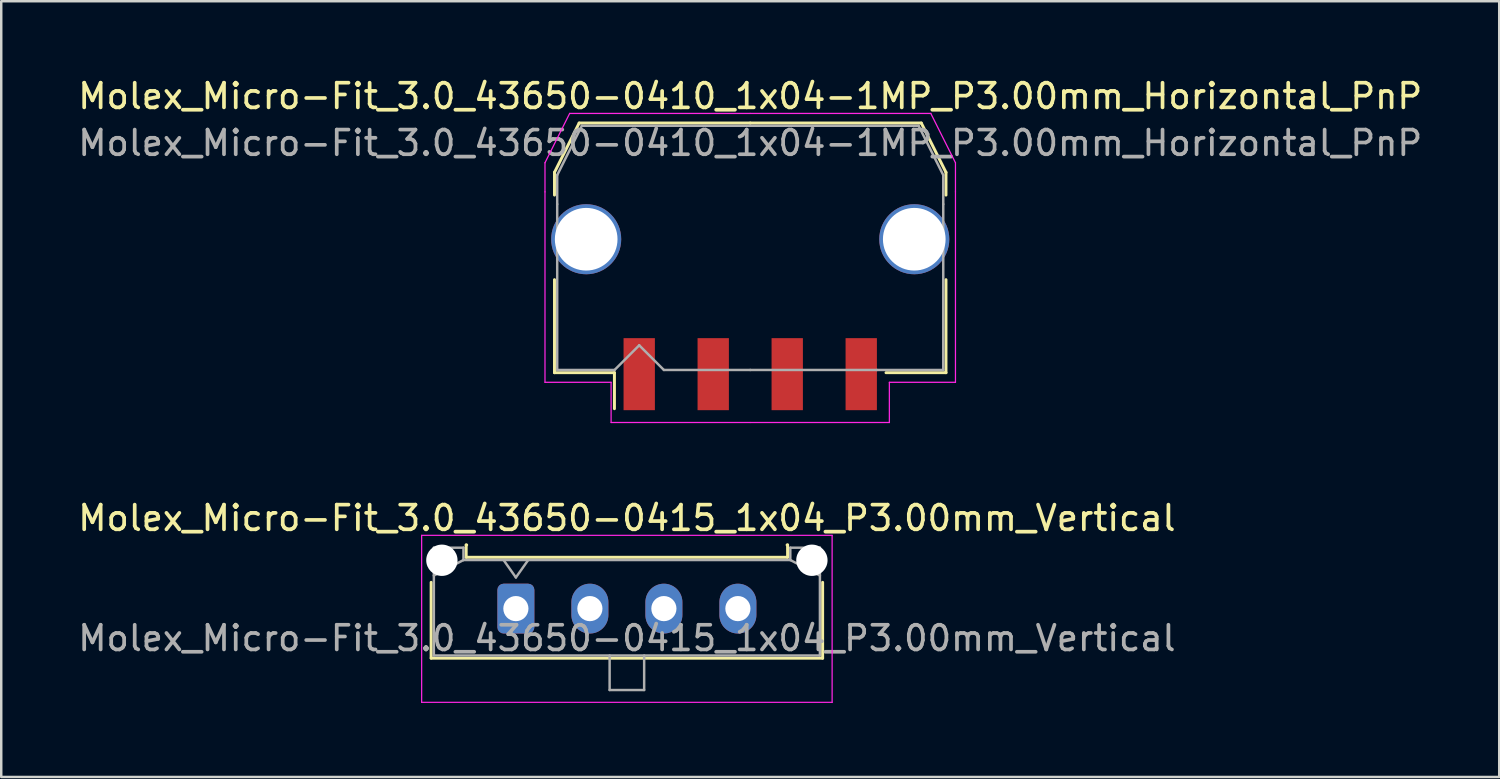
<source format=kicad_pcb>
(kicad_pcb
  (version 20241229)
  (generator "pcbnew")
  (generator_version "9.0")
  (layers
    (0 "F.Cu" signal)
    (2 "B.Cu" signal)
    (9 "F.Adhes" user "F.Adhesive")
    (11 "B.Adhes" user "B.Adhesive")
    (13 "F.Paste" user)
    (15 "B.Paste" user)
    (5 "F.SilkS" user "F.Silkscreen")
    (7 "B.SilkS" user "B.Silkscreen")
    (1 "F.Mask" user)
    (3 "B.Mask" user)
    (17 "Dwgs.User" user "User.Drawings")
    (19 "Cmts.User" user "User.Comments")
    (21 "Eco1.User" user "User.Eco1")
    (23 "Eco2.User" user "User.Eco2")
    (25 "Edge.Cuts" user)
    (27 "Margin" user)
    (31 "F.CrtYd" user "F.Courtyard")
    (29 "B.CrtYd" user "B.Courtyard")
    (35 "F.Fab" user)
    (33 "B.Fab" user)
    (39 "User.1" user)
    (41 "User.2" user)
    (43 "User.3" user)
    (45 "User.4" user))
  (footprint "Molex_Micro-Fit_3.0_43650-0410_1x04-1MP_P3.00mm_Horizontal_PnP"
    (layer "F.Cu")
    (at 27.363 6.998)
    (property "Reference" "Molex_Micro-Fit_3.0_43650-0410_1x04-1MP_P3.00mm_Horizontal_PnP" (at 0 -6.15 0) (layer "F.SilkS") (effects (font (size 1 1) (thickness 0.15))))
    (attr smd)
    (fp_line (start -7.935 -3.06) (end -7.935 -2.14) (stroke (width 0.12) (type solid)) (layer "F.SilkS"))
    (fp_line (start -7.935 1.29) (end -7.935 5.06) (stroke (width 0.12) (type solid)) (layer "F.SilkS"))
    (fp_line (start -7.935 5.06) (end -5.505 5.06) (stroke (width 0.12) (type solid)) (layer "F.SilkS"))
    (fp_line (start -6.935 -5.06) (end -7.935 -3.06) (stroke (width 0.12) (type solid)) (layer "F.SilkS"))
    (fp_line (start -5.505 5.06) (end -5.505 6.52) (stroke (width 0.12) (type solid)) (layer "F.SilkS"))
    (fp_line (start 0 -5.06) (end -6.935 -5.06) (stroke (width 0.12) (type solid)) (layer "F.SilkS"))
    (fp_line (start 0 -5.06) (end 6.935 -5.06) (stroke (width 0.12) (type solid)) (layer "F.SilkS"))
    (fp_line (start 6.935 -5.06) (end 7.935 -3.06) (stroke (width 0.12) (type solid)) (layer "F.SilkS"))
    (fp_line (start 7.935 -3.06) (end 7.935 -2.14) (stroke (width 0.12) (type solid)) (layer "F.SilkS"))
    (fp_line (start 7.935 1.29) (end 7.935 5.06) (stroke (width 0.12) (type solid)) (layer "F.SilkS"))
    (fp_line (start 7.935 5.06) (end 5.505 5.06) (stroke (width 0.12) (type solid)) (layer "F.SilkS"))
    (fp_line (start -8.32 -3.45) (end -8.32 -2.27) (stroke (width 0.05) (type solid)) (layer "F.CrtYd"))
    (fp_line (start -8.32 -2.27) (end -8.32 5.45) (stroke (width 0.05) (type solid)) (layer "F.CrtYd"))
    (fp_line (start -8.32 5.45) (end -5.64 5.45) (stroke (width 0.05) (type solid)) (layer "F.CrtYd"))
    (fp_line (start -7.32 -5.45) (end -8.32 -3.45) (stroke (width 0.05) (type solid)) (layer "F.CrtYd"))
    (fp_line (start -5.64 5.45) (end -5.64 7.08) (stroke (width 0.05) (type solid)) (layer "F.CrtYd"))
    (fp_line (start -5.64 7.08) (end 0 7.08) (stroke (width 0.05) (type solid)) (layer "F.CrtYd"))
    (fp_line (start 0 -5.45) (end -7.32 -5.45) (stroke (width 0.05) (type solid)) (layer "F.CrtYd"))
    (fp_line (start 0 -5.45) (end 7.32 -5.45) (stroke (width 0.05) (type solid)) (layer "F.CrtYd"))
    (fp_line (start 5.64 5.45) (end 5.64 7.08) (stroke (width 0.05) (type solid)) (layer "F.CrtYd"))
    (fp_line (start 5.64 7.08) (end 0 7.08) (stroke (width 0.05) (type solid)) (layer "F.CrtYd"))
    (fp_line (start 7.32 -5.45) (end 8.32 -3.45) (stroke (width 0.05) (type solid)) (layer "F.CrtYd"))
    (fp_line (start 8.32 -3.45) (end 8.32 -2.27) (stroke (width 0.05) (type solid)) (layer "F.CrtYd"))
    (fp_line (start 8.32 -2.27) (end 8.32 5.45) (stroke (width 0.05) (type solid)) (layer "F.CrtYd"))
    (fp_line (start 8.32 5.45) (end 5.64 5.45) (stroke (width 0.05) (type solid)) (layer "F.CrtYd"))
    (fp_line (start -7.825 -2.95) (end -7.825 -1.77) (stroke (width 0.1) (type solid)) (layer "F.Fab"))
    (fp_line (start -7.825 -1.77) (end -7.825 4.95) (stroke (width 0.1) (type solid)) (layer "F.Fab"))
    (fp_line (start -7.825 4.95) (end -5.5 4.95) (stroke (width 0.1) (type solid)) (layer "F.Fab"))
    (fp_line (start -6.825 -4.95) (end -7.825 -2.95) (stroke (width 0.1) (type solid)) (layer "F.Fab"))
    (fp_line (start -5.5 4.95) (end -4.5 3.95) (stroke (width 0.1) (type solid)) (layer "F.Fab"))
    (fp_line (start -4.5 3.95) (end -3.5 4.95) (stroke (width 0.1) (type solid)) (layer "F.Fab"))
    (fp_line (start -3.5 4.95) (end 0 4.95) (stroke (width 0.1) (type solid)) (layer "F.Fab"))
    (fp_line (start 0 -4.95) (end -6.825 -4.95) (stroke (width 0.1) (type solid)) (layer "F.Fab"))
    (fp_line (start 0 -4.95) (end 6.825 -4.95) (stroke (width 0.1) (type solid)) (layer "F.Fab"))
    (fp_line (start 5.135 4.95) (end 0 4.95) (stroke (width 0.1) (type solid)) (layer "F.Fab"))
    (fp_line (start 6.825 -4.95) (end 7.825 -2.95) (stroke (width 0.1) (type solid)) (layer "F.Fab"))
    (fp_line (start 7.825 -2.95) (end 7.825 -1.77) (stroke (width 0.1) (type solid)) (layer "F.Fab"))
    (fp_line (start 7.825 -1.77) (end 7.825 4.95) (stroke (width 0.1) (type solid)) (layer "F.Fab"))
    (fp_line (start 7.825 4.95) (end 5.135 4.95) (stroke (width 0.1) (type solid)) (layer "F.Fab"))
    (fp_text user "${REFERENCE}" (at 0 -4.25 0) (layer "F.Fab") (effects (font (size 1 1) (thickness 0.15))))
    (pad "1" smd rect (at -4.5 5.12) (size 1.27 2.92) (layers "F.Cu" "F.Mask" "F.Paste"))
    (pad "2" smd rect (at -1.5 5.12) (size 1.27 2.92) (layers "F.Cu" "F.Mask" "F.Paste"))
    (pad "3" smd rect (at 1.5 5.12) (size 1.27 2.92) (layers "F.Cu" "F.Mask" "F.Paste"))
    (pad "4" smd rect (at 4.5 5.12) (size 1.27 2.92) (layers "F.Cu" "F.Mask" "F.Paste"))
    (pad "MP" thru_hole circle (at -6.65 -0.35) (size 2.84 2.84) (drill 2.54) (layers "*.Cu" "*.Mask"))
    (pad "MP" thru_hole circle (at 6.65 -0.35) (size 2.84 2.84) (drill 2.54) (layers "*.Cu" "*.Mask")))
  (footprint "Molex_Micro-Fit_3.0_43650-0415_1x04_P3.00mm_Vertical"
    (layer "F.Cu")
    (at 17.863 21.622)
    (property "Reference" "Molex_Micro-Fit_3.0_43650-0415_1x04_P3.00mm_Vertical" (at 4.5 -3.67 0) (layer "F.SilkS") (effects (font (size 1 1) (thickness 0.15))))
    (attr through_hole)
    (fp_line (start -3.435 -1.065) (end -3.435 2.01) (stroke (width 0.12) (type solid)) (layer "F.SilkS"))
    (fp_line (start -3.435 2.01) (end 12.435 2.01) (stroke (width 0.12) (type solid)) (layer "F.SilkS"))
    (fp_line (start -2.015 -2.58) (end -2.015 -2.08) (stroke (width 0.12) (type solid)) (layer "F.SilkS"))
    (fp_line (start -2.015 -2.08) (end 11.015 -2.08) (stroke (width 0.12) (type solid)) (layer "F.SilkS"))
    (fp_line (start -1.995 -2.58) (end -2.015 -2.58) (stroke (width 0.12) (type solid)) (layer "F.SilkS"))
    (fp_line (start 11.015 -2.58) (end 10.995 -2.58) (stroke (width 0.12) (type solid)) (layer "F.SilkS"))
    (fp_line (start 11.015 -2.08) (end 11.015 -2.58) (stroke (width 0.12) (type solid)) (layer "F.SilkS"))
    (fp_line (start 12.435 2.01) (end 12.435 -1.065) (stroke (width 0.12) (type solid)) (layer "F.SilkS"))
    (fp_line (start -3.82 -2.97) (end 12.82 -2.97) (stroke (width 0.05) (type solid)) (layer "F.CrtYd"))
    (fp_line (start -3.82 3.8) (end -3.82 -2.97) (stroke (width 0.05) (type solid)) (layer "F.CrtYd"))
    (fp_line (start 12.82 -2.97) (end 12.82 3.8) (stroke (width 0.05) (type solid)) (layer "F.CrtYd"))
    (fp_line (start 12.82 3.8) (end -3.82 3.8) (stroke (width 0.05) (type solid)) (layer "F.CrtYd"))
    (fp_line (start -3.325 -2.47) (end -3.325 1.9) (stroke (width 0.1) (type solid)) (layer "F.Fab"))
    (fp_line (start -3.325 -1.34) (end -2.125 -1.97) (stroke (width 0.1) (type solid)) (layer "F.Fab"))
    (fp_line (start -3.325 1.9) (end 12.325 1.9) (stroke (width 0.1) (type solid)) (layer "F.Fab"))
    (fp_line (start -2.125 -2.47) (end -3.325 -2.47) (stroke (width 0.1) (type solid)) (layer "F.Fab"))
    (fp_line (start -2.125 -1.97) (end -2.125 -2.47) (stroke (width 0.1) (type solid)) (layer "F.Fab"))
    (fp_line (start -0.5 -1.97) (end 0 -1.263) (stroke (width 0.1) (type solid)) (layer "F.Fab"))
    (fp_line (start 0 -1.263) (end 0.5 -1.97) (stroke (width 0.1) (type solid)) (layer "F.Fab"))
    (fp_line (start 3.8 1.9) (end 3.8 3.3) (stroke (width 0.1) (type solid)) (layer "F.Fab"))
    (fp_line (start 3.8 3.3) (end 5.2 3.3) (stroke (width 0.1) (type solid)) (layer "F.Fab"))
    (fp_line (start 5.2 3.3) (end 5.2 1.9) (stroke (width 0.1) (type solid)) (layer "F.Fab"))
    (fp_line (start 11.125 -2.47) (end 11.125 -1.97) (stroke (width 0.1) (type solid)) (layer "F.Fab"))
    (fp_line (start 11.125 -1.97) (end -2.125 -1.97) (stroke (width 0.1) (type solid)) (layer "F.Fab"))
    (fp_line (start 12.325 -2.47) (end 11.125 -2.47) (stroke (width 0.1) (type solid)) (layer "F.Fab"))
    (fp_line (start 12.325 -1.34) (end 11.125 -1.97) (stroke (width 0.1) (type solid)) (layer "F.Fab"))
    (fp_line (start 12.325 1.9) (end 12.325 -2.47) (stroke (width 0.1) (type solid)) (layer "F.Fab"))
    (fp_text user "${REFERENCE}" (at 4.5 1.2 0) (layer "F.Fab") (effects (font (size 1 1) (thickness 0.15))))
    (pad "" np_thru_hole circle (at -3 -1.96) (size 1.27 1.27) (drill 1.27) (layers "*.Cu" "*.Mask"))
    (pad "" np_thru_hole circle (at 12 -1.96) (size 1.27 1.27) (drill 1.27) (layers "*.Cu" "*.Mask"))
    (pad "1" thru_hole roundrect (at 0 0) (size 1.5 2.02) (drill 1.02) (layers "*.Cu" "*.Mask") (roundrect_rratio 0.167))
    (pad "2" thru_hole oval (at 3 0) (size 1.5 2.02) (drill 1.02) (layers "*.Cu" "*.Mask"))
    (pad "3" thru_hole oval (at 6 0) (size 1.5 2.02) (drill 1.02) (layers "*.Cu" "*.Mask"))
    (pad "4" thru_hole oval (at 9 0) (size 1.5 2.02) (drill 1.02) (layers "*.Cu" "*.Mask")))
  (gr_rect
    (start -3 -3)
    (end 57.726 28.447)
    (stroke (width 0.1) (type default))
    (fill no)
    (layer "Edge.Cuts")))
</source>
